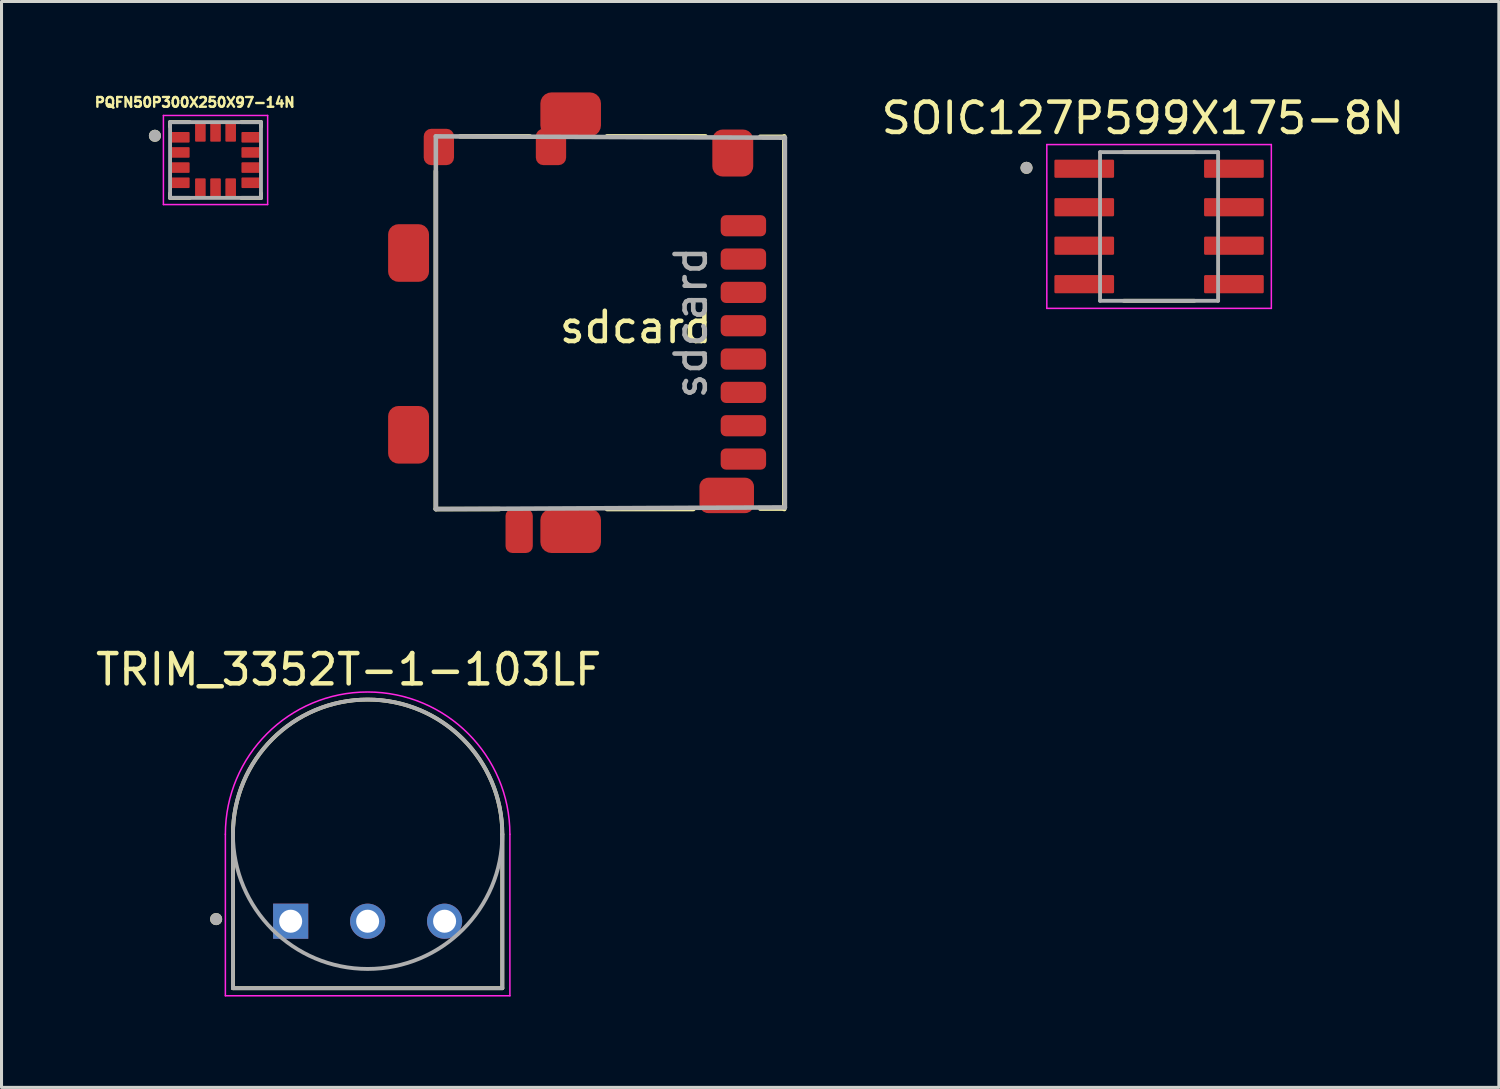
<source format=kicad_pcb>
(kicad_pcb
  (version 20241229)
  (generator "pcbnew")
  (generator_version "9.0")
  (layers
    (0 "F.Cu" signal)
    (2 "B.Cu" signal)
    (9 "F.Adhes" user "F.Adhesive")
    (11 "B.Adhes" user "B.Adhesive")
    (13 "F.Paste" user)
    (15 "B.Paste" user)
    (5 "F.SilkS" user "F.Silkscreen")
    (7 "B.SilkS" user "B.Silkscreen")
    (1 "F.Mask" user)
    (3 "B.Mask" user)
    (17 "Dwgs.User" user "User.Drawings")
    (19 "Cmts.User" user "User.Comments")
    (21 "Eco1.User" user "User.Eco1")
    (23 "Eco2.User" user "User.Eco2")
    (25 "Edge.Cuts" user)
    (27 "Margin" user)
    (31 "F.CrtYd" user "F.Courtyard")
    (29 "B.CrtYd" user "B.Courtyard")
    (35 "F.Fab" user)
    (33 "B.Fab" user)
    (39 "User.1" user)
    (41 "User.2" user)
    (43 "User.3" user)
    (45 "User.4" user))
  (footprint "SOIC127P599X175-8N"
    (layer "F.Cu")
    (at 35.203 4.424)
    (property "Reference" "SOIC127P599X175-8N" (at -0.53 -3.575 0) (layer "F.SilkS") (effects (font (size 1 1) (thickness 0.15))))
    (attr smd)
    (fp_line (start -1.165 -2.453) (end 1.165 -2.453) (stroke (width 0.127) (type solid)) (layer "F.SilkS"))
    (fp_line (start -1.165 2.453) (end 1.165 2.453) (stroke (width 0.127) (type solid)) (layer "F.SilkS"))
    (fp_circle (center -4.375 -1.935) (end -4.275 -1.935) (stroke (width 0.2) (type solid)) (fill no) (layer "F.SilkS"))
    (fp_line (start -3.705 -2.703) (end -3.705 2.703) (stroke (width 0.05) (type solid)) (layer "F.CrtYd"))
    (fp_line (start -3.705 2.703) (end 3.705 2.703) (stroke (width 0.05) (type solid)) (layer "F.CrtYd"))
    (fp_line (start 3.705 -2.703) (end -3.705 -2.703) (stroke (width 0.05) (type solid)) (layer "F.CrtYd"))
    (fp_line (start 3.705 2.703) (end 3.705 -2.703) (stroke (width 0.05) (type solid)) (layer "F.CrtYd"))
    (fp_line (start -1.948 -2.453) (end 1.948 -2.453) (stroke (width 0.127) (type solid)) (layer "F.Fab"))
    (fp_line (start -1.948 2.453) (end -1.948 -2.453) (stroke (width 0.127) (type solid)) (layer "F.Fab"))
    (fp_line (start 1.948 -2.453) (end 1.948 2.453) (stroke (width 0.127) (type solid)) (layer "F.Fab"))
    (fp_line (start 1.948 2.453) (end -1.948 2.453) (stroke (width 0.127) (type solid)) (layer "F.Fab"))
    (fp_circle (center -4.375 -1.935) (end -4.275 -1.935) (stroke (width 0.2) (type solid)) (fill no) (layer "F.Fab"))
    (pad "1" smd roundrect (at -2.47 -1.905) (size 1.97 0.6) (layers "F.Cu" "F.Mask" "F.Paste") (roundrect_rratio 0.07))
    (pad "2" smd roundrect (at -2.47 -0.635) (size 1.97 0.6) (layers "F.Cu" "F.Mask" "F.Paste") (roundrect_rratio 0.07))
    (pad "3" smd roundrect (at -2.47 0.635) (size 1.97 0.6) (layers "F.Cu" "F.Mask" "F.Paste") (roundrect_rratio 0.07))
    (pad "4" smd roundrect (at -2.47 1.905) (size 1.97 0.6) (layers "F.Cu" "F.Mask" "F.Paste") (roundrect_rratio 0.07))
    (pad "5" smd roundrect (at 2.47 1.905) (size 1.97 0.6) (layers "F.Cu" "F.Mask" "F.Paste") (roundrect_rratio 0.07))
    (pad "6" smd roundrect (at 2.47 0.635) (size 1.97 0.6) (layers "F.Cu" "F.Mask" "F.Paste") (roundrect_rratio 0.07))
    (pad "7" smd roundrect (at 2.47 -0.635) (size 1.97 0.6) (layers "F.Cu" "F.Mask" "F.Paste") (roundrect_rratio 0.07))
    (pad "8" smd roundrect (at 2.47 -1.905) (size 1.97 0.6) (layers "F.Cu" "F.Mask" "F.Paste") (roundrect_rratio 0.07)))
  (footprint "sdcard"
    (layer "F.Cu")
    (at 17.934 8.25)
    (property "Reference" "sdcard" (at 0 -0.5 0) (unlocked yes) (layer "F.SilkS") (effects (font (size 1 1) (thickness 0.15))))
    (attr smd)
    (fp_line (start -6.6 -5.65) (end -6.6 5.5) (stroke (width 0.15) (type solid)) (layer "F.SilkS"))
    (fp_line (start -6.6 5.5) (end -4.5 5.5) (stroke (width 0.15) (type solid)) (layer "F.SilkS"))
    (fp_line (start -3.5 -6.8) (end -5.8 -6.8) (stroke (width 0.15) (type solid)) (layer "F.SilkS"))
    (fp_line (start -0.95 5.5) (end 1.9 5.5) (stroke (width 0.15) (type solid)) (layer "F.SilkS"))
    (fp_line (start 2.3 -6.8) (end -0.95 -6.8) (stroke (width 0.15) (type solid)) (layer "F.SilkS"))
    (fp_line (start 4.1 -6.8) (end 4.9 -6.8) (stroke (width 0.12) (type solid)) (layer "F.SilkS"))
    (fp_line (start 4.1 5.5) (end 4.9 5.5) (stroke (width 0.12) (type solid)) (layer "F.SilkS"))
    (fp_line (start 4.9 5.5) (end 4.9 -6.8) (stroke (width 0.15) (type solid)) (layer "F.SilkS"))
    (fp_line (start -2.45 -4.45) (end -2.45 4.35) (stroke (width 0.15) (type solid)) (layer "Eco2.User"))
    (fp_line (start -2.45 4.35) (end 2.5 -4.45) (stroke (width 0.15) (type solid)) (layer "Eco2.User"))
    (fp_line (start 2.5 -4.45) (end -2.45 -4.45) (stroke (width 0.15) (type solid)) (layer "Eco2.User"))
    (fp_line (start 2.5 4.35) (end -2.45 -4.45) (stroke (width 0.15) (type solid)) (layer "Eco2.User"))
    (fp_line (start 2.5 4.35) (end -2.45 4.35) (stroke (width 0.15) (type solid)) (layer "Eco2.User"))
    (fp_line (start 2.5 4.35) (end 2.5 -4.45) (stroke (width 0.15) (type solid)) (layer "Eco2.User"))
    (fp_line (start -6.6 -6.8) (end -6.6 5.5) (stroke (width 0.15) (type solid)) (layer "F.Fab"))
    (fp_line (start -6.6 5.5) (end 4.92 5.445) (stroke (width 0.15) (type solid)) (layer "F.Fab"))
    (fp_line (start 4.92 -6.755) (end -6.6 -6.8) (stroke (width 0.15) (type solid)) (layer "F.Fab"))
    (fp_line (start 4.92 5.445) (end 4.92 -6.755) (stroke (width 0.15) (type solid)) (layer "F.Fab"))
    (fp_text user "${REFERENCE}" (at 1.821 -0.655 90) (layer "F.Fab") (effects (font (size 1 1) (thickness 0.15))))
    (pad "1" smd roundrect (at 3.55 -3.85 90) (size 0.7 1.5) (layers "F.Cu" "F.Mask" "F.Paste") (roundrect_rratio 0.25))
    (pad "2" smd roundrect (at 3.55 -2.75 90) (size 0.7 1.5) (layers "F.Cu" "F.Mask" "F.Paste") (roundrect_rratio 0.25))
    (pad "3" smd roundrect (at 3.55 -1.65 90) (size 0.7 1.5) (layers "F.Cu" "F.Mask" "F.Paste") (roundrect_rratio 0.25))
    (pad "4" smd roundrect (at 3.55 -0.55 90) (size 0.7 1.5) (layers "F.Cu" "F.Mask" "F.Paste") (roundrect_rratio 0.25))
    (pad "5" smd roundrect (at 3.55 0.55 90) (size 0.7 1.5) (layers "F.Cu" "F.Mask" "F.Paste") (roundrect_rratio 0.25))
    (pad "6" smd roundrect (at 3.55 1.65 90) (size 0.7 1.5) (layers "F.Cu" "F.Mask" "F.Paste") (roundrect_rratio 0.25))
    (pad "7" smd roundrect (at 3.55 2.75 90) (size 0.7 1.5) (layers "F.Cu" "F.Mask" "F.Paste") (roundrect_rratio 0.25))
    (pad "8" smd roundrect (at 3.55 3.85 90) (size 0.7 1.5) (layers "F.Cu" "F.Mask" "F.Paste") (roundrect_rratio 0.25))
    (pad "10" smd roundrect (at -6.5 -6.45 180) (size 1 1.2) (layers "F.Cu" "F.Mask" "F.Paste") (roundrect_rratio 0.25))
    (pad "12" smd roundrect (at -3.85 6.225 180) (size 0.9 1.45) (layers "F.Cu" "F.Mask" "F.Paste") (roundrect_rratio 0.25))
    (pad "GM1" smd roundrect (at 3.2 -6.25) (size 1.35 1.55) (layers "F.Cu" "F.Mask" "F.Paste") (roundrect_rratio 0.25))
    (pad "GM2" smd roundrect (at 3 5.05) (size 1.8 1.17) (layers "F.Cu" "F.Mask" "F.Paste") (roundrect_rratio 0.25))
    (pad "GM3" smd roundrect (at -7.5 3.05) (size 1.35 1.9) (layers "F.Cu" "F.Mask" "F.Paste") (roundrect_rratio 0.25))
    (pad "GM4" smd roundrect (at -7.5 -2.95) (size 1.35 1.9) (layers "F.Cu" "F.Mask" "F.Paste") (roundrect_rratio 0.25))
    (pad "GS3" smd roundrect (at -2.15 6.225 90) (size 1.45 2) (layers "F.Cu" "F.Mask" "F.Paste") (roundrect_rratio 0.25))
    (pad "GS4" smd roundrect (at -2.8 -6.45) (size 1 1.2) (layers "F.Cu" "F.Mask" "F.Paste") (roundrect_rratio 0.25))
    (pad "GS4" smd roundrect (at -2.15 -7.525 90) (size 1.45 2) (layers "F.Cu" "F.Mask" "F.Paste") (roundrect_rratio 0.25)))
  (footprint "TRIM_3352T-1-103LF"
    (layer "F.Cu")
    (at 9.083 24.483)
    (property "Reference" "TRIM_3352T-1-103LF" (at -0.625 -5.435 0) (layer "F.SilkS") (effects (font (size 1 1) (thickness 0.15))))
    (attr through_hole)
    (fp_line (start -4.445 0) (end -4.445 5.08) (stroke (width 0.127) (type solid)) (layer "F.SilkS"))
    (fp_line (start -4.445 5.08) (end 4.445 5.08) (stroke (width 0.127) (type solid)) (layer "F.SilkS"))
    (fp_line (start 4.445 0) (end 4.445 5.08) (stroke (width 0.127) (type solid)) (layer "F.SilkS"))
    (fp_arc (start -4.445 0) (mid 0 -4.445) (end 4.445 0) (stroke (width 0.127) (type solid)) (layer "F.SilkS"))
    (fp_circle (center -5 2.8) (end -4.9 2.8) (stroke (width 0.2) (type solid)) (fill no) (layer "F.SilkS"))
    (fp_line (start -4.695 0) (end -4.695 5.33) (stroke (width 0.05) (type solid)) (layer "F.CrtYd"))
    (fp_line (start -4.695 5.33) (end 4.695 5.33) (stroke (width 0.05) (type solid)) (layer "F.CrtYd"))
    (fp_line (start 4.695 5.33) (end 4.695 0) (stroke (width 0.05) (type solid)) (layer "F.CrtYd"))
    (fp_arc (start -4.695 0) (mid 0 -4.695) (end 4.695 0) (stroke (width 0.05) (type solid)) (layer "F.CrtYd"))
    (fp_line (start -4.445 0) (end -4.445 5.08) (stroke (width 0.127) (type solid)) (layer "F.Fab"))
    (fp_line (start -4.445 5.08) (end 4.445 5.08) (stroke (width 0.127) (type solid)) (layer "F.Fab"))
    (fp_line (start 4.445 5.08) (end 4.445 0) (stroke (width 0.127) (type solid)) (layer "F.Fab"))
    (fp_circle (center -5 2.8) (end -4.9 2.8) (stroke (width 0.2) (type solid)) (fill no) (layer "F.Fab"))
    (fp_circle (center 0 0) (end 4.445 0) (stroke (width 0.127) (type solid)) (fill no) (layer "F.Fab"))
    (pad "1" thru_hole rect (at -2.54 2.87) (size 1.16 1.16) (drill 0.76) (layers "*.Cu" "*.Mask"))
    (pad "2" thru_hole circle (at 0 2.87) (size 1.16 1.16) (drill 0.76) (layers "*.Cu" "*.Mask"))
    (pad "3" thru_hole circle (at 2.54 2.87) (size 1.16 1.16) (drill 0.76) (layers "*.Cu" "*.Mask")))
  (footprint "PQFN50P300X250X97-14N"
    (layer "F.Cu")
    (at 4.063 2.231)
    (property "Reference" "PQFN50P300X250X97-14N" (at -0.684 -1.903 0) (layer "F.SilkS") (effects (font (size 0.32 0.32) (thickness 0.15))))
    (attr smd)
    (fp_line (start -1.5 -1.25) (end -0.85 -1.25) (stroke (width 0.127) (type solid)) (layer "F.SilkS"))
    (fp_line (start -1.5 -1.1) (end -1.5 -1.25) (stroke (width 0.127) (type solid)) (layer "F.SilkS"))
    (fp_line (start -1.5 1.1) (end -1.5 1.25) (stroke (width 0.127) (type solid)) (layer "F.SilkS"))
    (fp_line (start -1.5 1.25) (end -0.85 1.25) (stroke (width 0.127) (type solid)) (layer "F.SilkS"))
    (fp_line (start 0.85 -1.25) (end 1.5 -1.25) (stroke (width 0.127) (type solid)) (layer "F.SilkS"))
    (fp_line (start 1.5 -1.25) (end 1.5 -1.1) (stroke (width 0.127) (type solid)) (layer "F.SilkS"))
    (fp_line (start 1.5 1.1) (end 1.5 1.25) (stroke (width 0.127) (type solid)) (layer "F.SilkS"))
    (fp_line (start 1.5 1.25) (end 0.85 1.25) (stroke (width 0.127) (type solid)) (layer "F.SilkS"))
    (fp_circle (center -2 -0.8) (end -1.9 -0.8) (stroke (width 0.2) (type solid)) (fill no) (layer "F.SilkS"))
    (fp_line (start -1.72 -1.47) (end 1.72 -1.47) (stroke (width 0.05) (type solid)) (layer "F.CrtYd"))
    (fp_line (start -1.72 1.47) (end -1.72 -1.47) (stroke (width 0.05) (type solid)) (layer "F.CrtYd"))
    (fp_line (start 1.72 -1.47) (end 1.72 1.47) (stroke (width 0.05) (type solid)) (layer "F.CrtYd"))
    (fp_line (start 1.72 1.47) (end -1.72 1.47) (stroke (width 0.05) (type solid)) (layer "F.CrtYd"))
    (fp_line (start -1.5 -1.25) (end 1.5 -1.25) (stroke (width 0.127) (type solid)) (layer "F.Fab"))
    (fp_line (start -1.5 1.25) (end -1.5 -1.25) (stroke (width 0.127) (type solid)) (layer "F.Fab"))
    (fp_line (start 1.5 -1.25) (end 1.5 1.25) (stroke (width 0.127) (type solid)) (layer "F.Fab"))
    (fp_line (start 1.5 1.25) (end -1.5 1.25) (stroke (width 0.127) (type solid)) (layer "F.Fab"))
    (fp_circle (center -2 -0.8) (end -1.9 -0.8) (stroke (width 0.2) (type solid)) (fill no) (layer "F.Fab"))
    (pad "1" smd roundrect (at -1.16 -0.75) (size 0.61 0.35) (layers "F.Cu" "F.Mask" "F.Paste") (roundrect_rratio 0.09))
    (pad "2" smd roundrect (at -1.16 -0.25) (size 0.61 0.35) (layers "F.Cu" "F.Mask" "F.Paste") (roundrect_rratio 0.09))
    (pad "3" smd roundrect (at -1.16 0.25) (size 0.61 0.35) (layers "F.Cu" "F.Mask" "F.Paste") (roundrect_rratio 0.09))
    (pad "4" smd roundrect (at -1.16 0.75) (size 0.61 0.35) (layers "F.Cu" "F.Mask" "F.Paste") (roundrect_rratio 0.09))
    (pad "5" smd roundrect (at -0.5 0.91 90) (size 0.61 0.35) (layers "F.Cu" "F.Mask" "F.Paste") (roundrect_rratio 0.09))
    (pad "6" smd roundrect (at 0 0.91 90) (size 0.61 0.35) (layers "F.Cu" "F.Mask" "F.Paste") (roundrect_rratio 0.09))
    (pad "7" smd roundrect (at 0.5 0.91 90) (size 0.61 0.35) (layers "F.Cu" "F.Mask" "F.Paste") (roundrect_rratio 0.09))
    (pad "8" smd roundrect (at 1.16 0.75 180) (size 0.61 0.35) (layers "F.Cu" "F.Mask" "F.Paste") (roundrect_rratio 0.09))
    (pad "9" smd roundrect (at 1.16 0.25 180) (size 0.61 0.35) (layers "F.Cu" "F.Mask" "F.Paste") (roundrect_rratio 0.09))
    (pad "10" smd roundrect (at 1.16 -0.25 180) (size 0.61 0.35) (layers "F.Cu" "F.Mask" "F.Paste") (roundrect_rratio 0.09))
    (pad "11" smd roundrect (at 1.16 -0.75 180) (size 0.61 0.35) (layers "F.Cu" "F.Mask" "F.Paste") (roundrect_rratio 0.09))
    (pad "12" smd roundrect (at 0.5 -0.91 270) (size 0.61 0.35) (layers "F.Cu" "F.Mask" "F.Paste") (roundrect_rratio 0.09))
    (pad "13" smd roundrect (at 0 -0.91 270) (size 0.61 0.35) (layers "F.Cu" "F.Mask" "F.Paste") (roundrect_rratio 0.09))
    (pad "14" smd roundrect (at -0.5 -0.91 270) (size 0.61 0.35) (layers "F.Cu" "F.Mask" "F.Paste") (roundrect_rratio 0.09)))
  (gr_rect
    (start -3 -3)
    (end 46.417 32.838)
    (stroke (width 0.1) (type default))
    (fill no)
    (layer "Edge.Cuts")))
</source>
